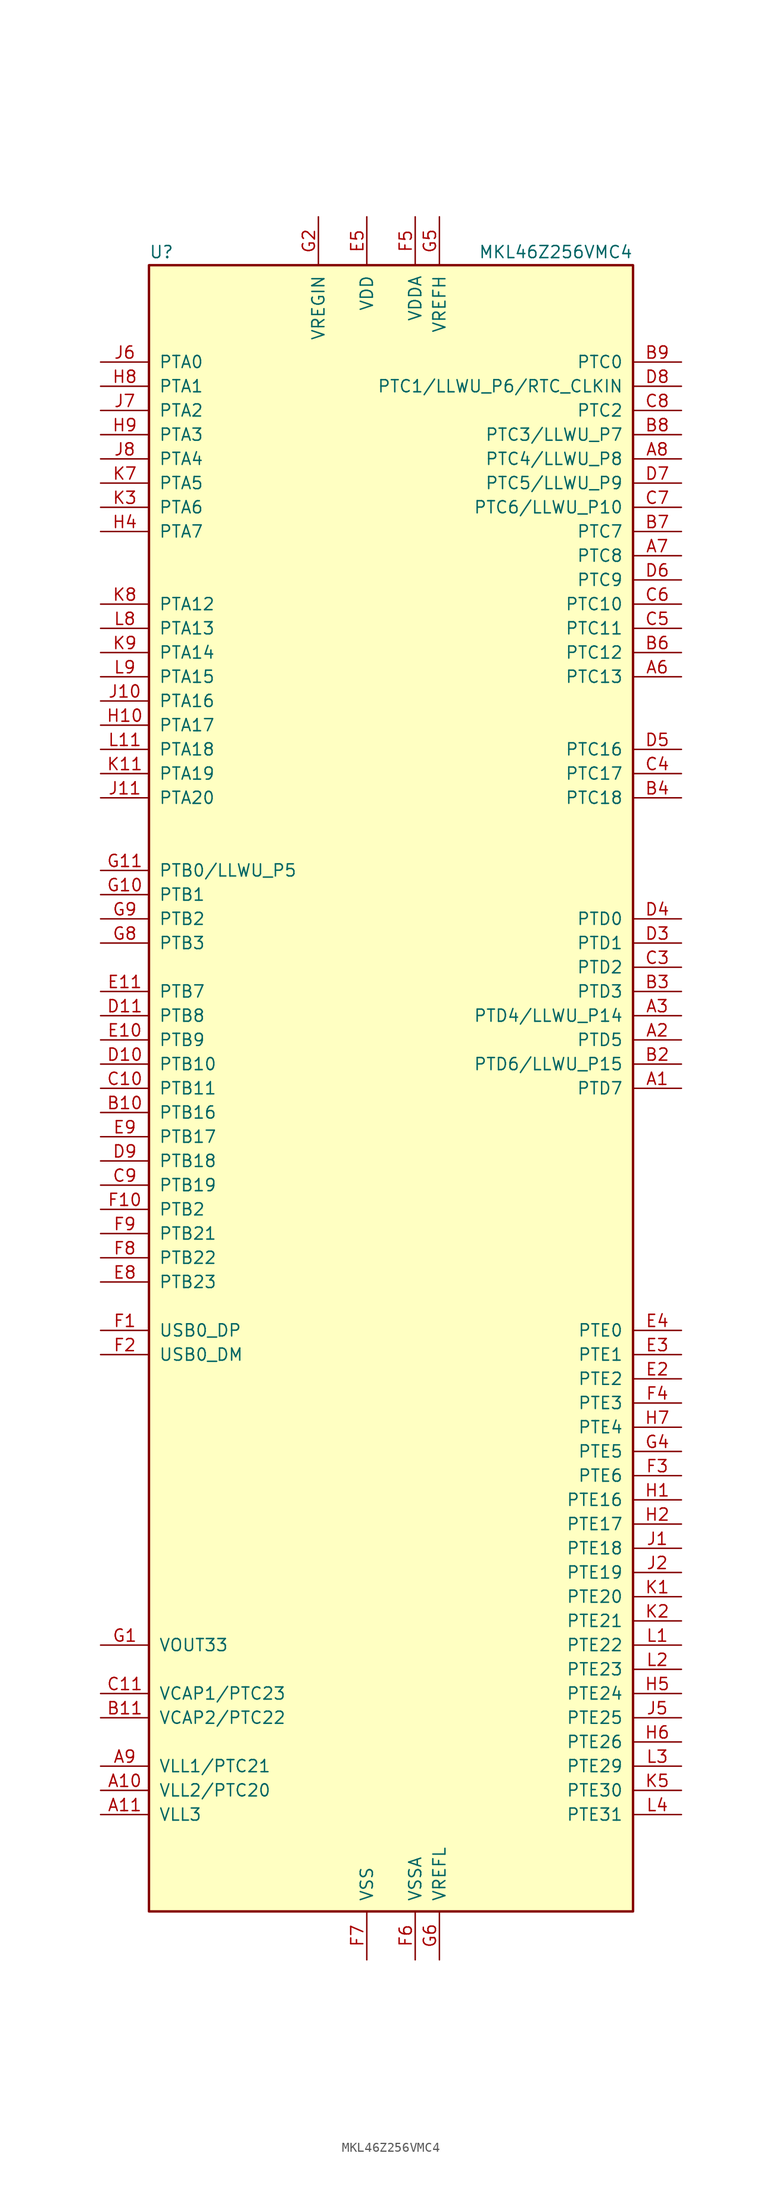
<source format=kicad_sym>
(kicad_symbol_lib
  (version 20200908)
  (generator kicad_symbol_editor)
  (symbol "MCU_NXP_Kinetis:MKL46Z256VMC4"
    (pin_names
      (offset 1.016))
    (property "Reference" "U"
      (at -25.4 86.995 0)
      (effects (font (size 1.27 1.27)) (justify left bottom)))
    (property "Value" "MKL46Z256VMC4"
      (at 25.4 86.995 0)
      (effects (font (size 1.27 1.27)) (justify right bottom)))
    (symbol "MKL46Z256VMC4_0_1"
      (rectangle (start -25.4 86.36) (end 25.4 -86.36) (stroke (width 0.254)) (fill (type background))))
    (symbol "MKL46Z256VMC4_1_1"
      (pin bidirectional line (at 30.48 0 180) (length 5.08) (name "PTD7" (effects (font (size 1.27 1.27)))) (number "A1" (effects (font (size 1.27 1.27)))))
      (pin power_out line (at -30.48 -73.66 0) (length 5.08) (name "VLL2/PTC20" (effects (font (size 1.27 1.27)))) (number "A10" (effects (font (size 1.27 1.27)))))
      (pin power_out line (at -30.48 -76.2 0) (length 5.08) (name "VLL3" (effects (font (size 1.27 1.27)))) (number "A11" (effects (font (size 1.27 1.27)))))
      (pin bidirectional line (at 30.48 5.08 180) (length 5.08) (name "PTD5" (effects (font (size 1.27 1.27)))) (number "A2" (effects (font (size 1.27 1.27)))))
      (pin bidirectional line (at 30.48 7.62 180) (length 5.08) (name "PTD4/LLWU_P14" (effects (font (size 1.27 1.27)))) (number "A3" (effects (font (size 1.27 1.27)))))
      (pin unconnected line (at 25.4 27.94 180) (length 5.08) hide (name "NC" (effects (font (size 1.27 1.27)))) (number "A4" (effects (font (size 1.27 1.27)))))
      (pin unconnected line (at 25.4 40.64 180) (length 5.08) hide (name "NC" (effects (font (size 1.27 1.27)))) (number "A5" (effects (font (size 1.27 1.27)))))
      (pin bidirectional line (at 30.48 43.18 180) (length 5.08) (name "PTC13" (effects (font (size 1.27 1.27)))) (number "A6" (effects (font (size 1.27 1.27)))))
      (pin bidirectional line (at 30.48 55.88 180) (length 5.08) (name "PTC8" (effects (font (size 1.27 1.27)))) (number "A7" (effects (font (size 1.27 1.27)))))
      (pin bidirectional line (at 30.48 66.04 180) (length 5.08) (name "PTC4/LLWU_P8" (effects (font (size 1.27 1.27)))) (number "A8" (effects (font (size 1.27 1.27)))))
      (pin power_out line (at -30.48 -71.12 0) (length 5.08) (name "VLL1/PTC21" (effects (font (size 1.27 1.27)))) (number "A9" (effects (font (size 1.27 1.27)))))
      (pin unconnected line (at 25.4 -7.62 180) (length 5.08) hide (name "NC" (effects (font (size 1.27 1.27)))) (number "B1" (effects (font (size 1.27 1.27)))))
      (pin bidirectional line (at -30.48 -2.54 0) (length 5.08) (name "PTB16" (effects (font (size 1.27 1.27)))) (number "B10" (effects (font (size 1.27 1.27)))))
      (pin passive line (at -30.48 -66.04 0) (length 5.08) (name "VCAP2/PTC22" (effects (font (size 1.27 1.27)))) (number "B11" (effects (font (size 1.27 1.27)))))
      (pin bidirectional line (at 30.48 2.54 180) (length 5.08) (name "PTD6/LLWU_P15" (effects (font (size 1.27 1.27)))) (number "B2" (effects (font (size 1.27 1.27)))))
      (pin bidirectional line (at 30.48 10.16 180) (length 5.08) (name "PTD3" (effects (font (size 1.27 1.27)))) (number "B3" (effects (font (size 1.27 1.27)))))
      (pin bidirectional line (at 30.48 30.48 180) (length 5.08) (name "PTC18" (effects (font (size 1.27 1.27)))) (number "B4" (effects (font (size 1.27 1.27)))))
      (pin unconnected line (at 25.4 38.1 180) (length 5.08) hide (name "NC" (effects (font (size 1.27 1.27)))) (number "B5" (effects (font (size 1.27 1.27)))))
      (pin bidirectional line (at 30.48 45.72 180) (length 5.08) (name "PTC12" (effects (font (size 1.27 1.27)))) (number "B6" (effects (font (size 1.27 1.27)))))
      (pin bidirectional line (at 30.48 58.42 180) (length 5.08) (name "PTC7" (effects (font (size 1.27 1.27)))) (number "B7" (effects (font (size 1.27 1.27)))))
      (pin bidirectional line (at 30.48 68.58 180) (length 5.08) (name "PTC3/LLWU_P7" (effects (font (size 1.27 1.27)))) (number "B8" (effects (font (size 1.27 1.27)))))
      (pin bidirectional line (at 30.48 76.2 180) (length 5.08) (name "PTC0" (effects (font (size 1.27 1.27)))) (number "B9" (effects (font (size 1.27 1.27)))))
      (pin unconnected line (at 25.4 -12.7 180) (length 5.08) hide (name "NC" (effects (font (size 1.27 1.27)))) (number "C1" (effects (font (size 1.27 1.27)))))
      (pin bidirectional line (at -30.48 0 0) (length 5.08) (name "PTB11" (effects (font (size 1.27 1.27)))) (number "C10" (effects (font (size 1.27 1.27)))))
      (pin passive line (at -30.48 -63.5 0) (length 5.08) (name "VCAP1/PTC23" (effects (font (size 1.27 1.27)))) (number "C11" (effects (font (size 1.27 1.27)))))
      (pin unconnected line (at 25.4 -10.16 180) (length 5.08) hide (name "NC" (effects (font (size 1.27 1.27)))) (number "C2" (effects (font (size 1.27 1.27)))))
      (pin bidirectional line (at 30.48 12.7 180) (length 5.08) (name "PTD2" (effects (font (size 1.27 1.27)))) (number "C3" (effects (font (size 1.27 1.27)))))
      (pin bidirectional line (at 30.48 33.02 180) (length 5.08) (name "PTC17" (effects (font (size 1.27 1.27)))) (number "C4" (effects (font (size 1.27 1.27)))))
      (pin bidirectional line (at 30.48 48.26 180) (length 5.08) (name "PTC11" (effects (font (size 1.27 1.27)))) (number "C5" (effects (font (size 1.27 1.27)))))
      (pin bidirectional line (at 30.48 50.8 180) (length 5.08) (name "PTC10" (effects (font (size 1.27 1.27)))) (number "C6" (effects (font (size 1.27 1.27)))))
      (pin bidirectional line (at 30.48 60.96 180) (length 5.08) (name "PTC6/LLWU_P10" (effects (font (size 1.27 1.27)))) (number "C7" (effects (font (size 1.27 1.27)))))
      (pin bidirectional line (at 30.48 71.12 180) (length 5.08) (name "PTC2" (effects (font (size 1.27 1.27)))) (number "C8" (effects (font (size 1.27 1.27)))))
      (pin bidirectional line (at -30.48 -10.16 0) (length 5.08) (name "PTB19" (effects (font (size 1.27 1.27)))) (number "C9" (effects (font (size 1.27 1.27)))))
      (pin unconnected line (at 25.4 -17.78 180) (length 5.08) hide (name "NC" (effects (font (size 1.27 1.27)))) (number "D1" (effects (font (size 1.27 1.27)))))
      (pin bidirectional line (at -30.48 2.54 0) (length 5.08) (name "PTB10" (effects (font (size 1.27 1.27)))) (number "D10" (effects (font (size 1.27 1.27)))))
      (pin bidirectional line (at -30.48 7.62 0) (length 5.08) (name "PTB8" (effects (font (size 1.27 1.27)))) (number "D11" (effects (font (size 1.27 1.27)))))
      (pin unconnected line (at 25.4 -15.24 180) (length 5.08) hide (name "NC" (effects (font (size 1.27 1.27)))) (number "D2" (effects (font (size 1.27 1.27)))))
      (pin bidirectional line (at 30.48 15.24 180) (length 5.08) (name "PTD1" (effects (font (size 1.27 1.27)))) (number "D3" (effects (font (size 1.27 1.27)))))
      (pin bidirectional line (at 30.48 17.78 180) (length 5.08) (name "PTD0" (effects (font (size 1.27 1.27)))) (number "D4" (effects (font (size 1.27 1.27)))))
      (pin bidirectional line (at 30.48 35.56 180) (length 5.08) (name "PTC16" (effects (font (size 1.27 1.27)))) (number "D5" (effects (font (size 1.27 1.27)))))
      (pin bidirectional line (at 30.48 53.34 180) (length 5.08) (name "PTC9" (effects (font (size 1.27 1.27)))) (number "D6" (effects (font (size 1.27 1.27)))))
      (pin bidirectional line (at 30.48 63.5 180) (length 5.08) (name "PTC5/LLWU_P9" (effects (font (size 1.27 1.27)))) (number "D7" (effects (font (size 1.27 1.27)))))
      (pin bidirectional line (at 30.48 73.66 180) (length 5.08) (name "PTC1/LLWU_P6/RTC_CLKIN" (effects (font (size 1.27 1.27)))) (number "D8" (effects (font (size 1.27 1.27)))))
      (pin bidirectional line (at -30.48 -7.62 0) (length 5.08) (name "PTB18" (effects (font (size 1.27 1.27)))) (number "D9" (effects (font (size 1.27 1.27)))))
      (pin unconnected line (at 25.4 -20.32 180) (length 5.08) hide (name "NC" (effects (font (size 1.27 1.27)))) (number "E1" (effects (font (size 1.27 1.27)))))
      (pin bidirectional line (at -30.48 5.08 0) (length 5.08) (name "PTB9" (effects (font (size 1.27 1.27)))) (number "E10" (effects (font (size 1.27 1.27)))))
      (pin bidirectional line (at -30.48 10.16 0) (length 5.08) (name "PTB7" (effects (font (size 1.27 1.27)))) (number "E11" (effects (font (size 1.27 1.27)))))
      (pin bidirectional line (at 30.48 -30.48 180) (length 5.08) (name "PTE2" (effects (font (size 1.27 1.27)))) (number "E2" (effects (font (size 1.27 1.27)))))
      (pin bidirectional line (at 30.48 -27.94 180) (length 5.08) (name "PTE1" (effects (font (size 1.27 1.27)))) (number "E3" (effects (font (size 1.27 1.27)))))
      (pin bidirectional line (at 30.48 -25.4 180) (length 5.08) (name "PTE0" (effects (font (size 1.27 1.27)))) (number "E4" (effects (font (size 1.27 1.27)))))
      (pin power_in line (at -2.54 91.44 270) (length 5.08) (name "VDD" (effects (font (size 1.27 1.27)))) (number "E5" (effects (font (size 1.27 1.27)))))
      (pin passive line (at -2.54 91.44 270) (length 5.08) hide (name "VDD" (effects (font (size 1.27 1.27)))) (number "E6" (effects (font (size 1.27 1.27)))))
      (pin passive line (at -2.54 91.44 270) (length 5.08) hide (name "VDD" (effects (font (size 1.27 1.27)))) (number "E7" (effects (font (size 1.27 1.27)))))
      (pin bidirectional line (at -30.48 -20.32 0) (length 5.08) (name "PTB23" (effects (font (size 1.27 1.27)))) (number "E8" (effects (font (size 1.27 1.27)))))
      (pin bidirectional line (at -30.48 -5.08 0) (length 5.08) (name "PTB17" (effects (font (size 1.27 1.27)))) (number "E9" (effects (font (size 1.27 1.27)))))
      (pin bidirectional line (at -30.48 -25.4 0) (length 5.08) (name "USB0_DP" (effects (font (size 1.27 1.27)))) (number "F1" (effects (font (size 1.27 1.27)))))
      (pin bidirectional line (at -30.48 -12.7 0) (length 5.08) (name "PTB2" (effects (font (size 1.27 1.27)))) (number "F10" (effects (font (size 1.27 1.27)))))
      (pin unconnected line (at -25.4 12.7 0) (length 5.08) hide (name "NC" (effects (font (size 1.27 1.27)))) (number "F11" (effects (font (size 1.27 1.27)))))
      (pin bidirectional line (at -30.48 -27.94 0) (length 5.08) (name "USB0_DM" (effects (font (size 1.27 1.27)))) (number "F2" (effects (font (size 1.27 1.27)))))
      (pin bidirectional line (at 30.48 -40.64 180) (length 5.08) (name "PTE6" (effects (font (size 1.27 1.27)))) (number "F3" (effects (font (size 1.27 1.27)))))
      (pin bidirectional line (at 30.48 -33.02 180) (length 5.08) (name "PTE3" (effects (font (size 1.27 1.27)))) (number "F4" (effects (font (size 1.27 1.27)))))
      (pin power_in line (at 2.54 91.44 270) (length 5.08) (name "VDDA" (effects (font (size 1.27 1.27)))) (number "F5" (effects (font (size 1.27 1.27)))))
      (pin power_in line (at 2.54 -91.44 90) (length 5.08) (name "VSSA" (effects (font (size 1.27 1.27)))) (number "F6" (effects (font (size 1.27 1.27)))))
      (pin power_in line (at -2.54 -91.44 90) (length 5.08) (name "VSS" (effects (font (size 1.27 1.27)))) (number "F7" (effects (font (size 1.27 1.27)))))
      (pin bidirectional line (at -30.48 -17.78 0) (length 5.08) (name "PTB22" (effects (font (size 1.27 1.27)))) (number "F8" (effects (font (size 1.27 1.27)))))
      (pin bidirectional line (at -30.48 -15.24 0) (length 5.08) (name "PTB21" (effects (font (size 1.27 1.27)))) (number "F9" (effects (font (size 1.27 1.27)))))
      (pin power_out line (at -30.48 -58.42 0) (length 5.08) (name "VOUT33" (effects (font (size 1.27 1.27)))) (number "G1" (effects (font (size 1.27 1.27)))))
      (pin bidirectional line (at -30.48 20.32 0) (length 5.08) (name "PTB1" (effects (font (size 1.27 1.27)))) (number "G10" (effects (font (size 1.27 1.27)))))
      (pin bidirectional line (at -30.48 22.86 0) (length 5.08) (name "PTB0/LLWU_P5" (effects (font (size 1.27 1.27)))) (number "G11" (effects (font (size 1.27 1.27)))))
      (pin power_in line (at -7.62 91.44 270) (length 5.08) (name "VREGIN" (effects (font (size 1.27 1.27)))) (number "G2" (effects (font (size 1.27 1.27)))))
      (pin passive line (at -2.54 -91.44 90) (length 5.08) hide (name "VSS" (effects (font (size 1.27 1.27)))) (number "G3" (effects (font (size 1.27 1.27)))))
      (pin bidirectional line (at 30.48 -38.1 180) (length 5.08) (name "PTE5" (effects (font (size 1.27 1.27)))) (number "G4" (effects (font (size 1.27 1.27)))))
      (pin power_in line (at 5.08 91.44 270) (length 5.08) (name "VREFH" (effects (font (size 1.27 1.27)))) (number "G5" (effects (font (size 1.27 1.27)))))
      (pin power_in line (at 5.08 -91.44 90) (length 5.08) (name "VREFL" (effects (font (size 1.27 1.27)))) (number "G6" (effects (font (size 1.27 1.27)))))
      (pin passive line (at -2.54 -91.44 90) (length 5.08) hide (name "VSS" (effects (font (size 1.27 1.27)))) (number "G7" (effects (font (size 1.27 1.27)))))
      (pin bidirectional line (at -30.48 15.24 0) (length 5.08) (name "PTB3" (effects (font (size 1.27 1.27)))) (number "G8" (effects (font (size 1.27 1.27)))))
      (pin bidirectional line (at -30.48 17.78 0) (length 5.08) (name "PTB2" (effects (font (size 1.27 1.27)))) (number "G9" (effects (font (size 1.27 1.27)))))
      (pin bidirectional line (at 30.48 -43.18 180) (length 5.08) (name "PTE16" (effects (font (size 1.27 1.27)))) (number "H1" (effects (font (size 1.27 1.27)))))
      (pin bidirectional line (at -30.48 38.1 0) (length 5.08) (name "PTA17" (effects (font (size 1.27 1.27)))) (number "H10" (effects (font (size 1.27 1.27)))))
      (pin unconnected line (at -25.4 27.94 0) (length 5.08) hide (name "NC" (effects (font (size 1.27 1.27)))) (number "H11" (effects (font (size 1.27 1.27)))))
      (pin bidirectional line (at 30.48 -45.72 180) (length 5.08) (name "PTE17" (effects (font (size 1.27 1.27)))) (number "H2" (effects (font (size 1.27 1.27)))))
      (pin unconnected line (at -25.4 -45.72 0) (length 5.08) hide (name "NC" (effects (font (size 1.27 1.27)))) (number "H3" (effects (font (size 1.27 1.27)))))
      (pin bidirectional line (at -30.48 58.42 0) (length 5.08) (name "PTA7" (effects (font (size 1.27 1.27)))) (number "H4" (effects (font (size 1.27 1.27)))))
      (pin bidirectional line (at 30.48 -63.5 180) (length 5.08) (name "PTE24" (effects (font (size 1.27 1.27)))) (number "H5" (effects (font (size 1.27 1.27)))))
      (pin bidirectional line (at 30.48 -68.58 180) (length 5.08) (name "PTE26" (effects (font (size 1.27 1.27)))) (number "H6" (effects (font (size 1.27 1.27)))))
      (pin bidirectional line (at 30.48 -35.56 180) (length 5.08) (name "PTE4" (effects (font (size 1.27 1.27)))) (number "H7" (effects (font (size 1.27 1.27)))))
      (pin bidirectional line (at -30.48 73.66 0) (length 5.08) (name "PTA1" (effects (font (size 1.27 1.27)))) (number "H8" (effects (font (size 1.27 1.27)))))
      (pin bidirectional line (at -30.48 68.58 0) (length 5.08) (name "PTA3" (effects (font (size 1.27 1.27)))) (number "H9" (effects (font (size 1.27 1.27)))))
      (pin bidirectional line (at 30.48 -48.26 180) (length 5.08) (name "PTE18" (effects (font (size 1.27 1.27)))) (number "J1" (effects (font (size 1.27 1.27)))))
      (pin bidirectional line (at -30.48 40.64 0) (length 5.08) (name "PTA16" (effects (font (size 1.27 1.27)))) (number "J10" (effects (font (size 1.27 1.27)))))
      (pin bidirectional line (at -30.48 30.48 0) (length 5.08) (name "PTA20" (effects (font (size 1.27 1.27)))) (number "J11" (effects (font (size 1.27 1.27)))))
      (pin bidirectional line (at 30.48 -50.8 180) (length 5.08) (name "PTE19" (effects (font (size 1.27 1.27)))) (number "J2" (effects (font (size 1.27 1.27)))))
      (pin unconnected line (at -25.4 -48.26 0) (length 5.08) hide (name "NC" (effects (font (size 1.27 1.27)))) (number "J3" (effects (font (size 1.27 1.27)))))
      (pin unconnected line (at -25.4 53.34 0) (length 5.08) hide (name "NC" (effects (font (size 1.27 1.27)))) (number "J4" (effects (font (size 1.27 1.27)))))
      (pin bidirectional line (at 30.48 -66.04 180) (length 5.08) (name "PTE25" (effects (font (size 1.27 1.27)))) (number "J5" (effects (font (size 1.27 1.27)))))
      (pin bidirectional line (at -30.48 76.2 0) (length 5.08) (name "PTA0" (effects (font (size 1.27 1.27)))) (number "J6" (effects (font (size 1.27 1.27)))))
      (pin bidirectional line (at -30.48 71.12 0) (length 5.08) (name "PTA2" (effects (font (size 1.27 1.27)))) (number "J7" (effects (font (size 1.27 1.27)))))
      (pin bidirectional line (at -30.48 66.04 0) (length 5.08) (name "PTA4" (effects (font (size 1.27 1.27)))) (number "J8" (effects (font (size 1.27 1.27)))))
      (pin unconnected line (at -25.4 55.88 0) (length 5.08) hide (name "NC" (effects (font (size 1.27 1.27)))) (number "J9" (effects (font (size 1.27 1.27)))))
      (pin bidirectional line (at 30.48 -53.34 180) (length 5.08) (name "PTE20" (effects (font (size 1.27 1.27)))) (number "K1" (effects (font (size 1.27 1.27)))))
      (pin passive line (at -2.54 -91.44 90) (length 5.08) hide (name "VSS" (effects (font (size 1.27 1.27)))) (number "K10" (effects (font (size 1.27 1.27)))))
      (pin bidirectional line (at -30.48 33.02 0) (length 5.08) (name "PTA19" (effects (font (size 1.27 1.27)))) (number "K11" (effects (font (size 1.27 1.27)))))
      (pin bidirectional line (at 30.48 -55.88 180) (length 5.08) (name "PTE21" (effects (font (size 1.27 1.27)))) (number "K2" (effects (font (size 1.27 1.27)))))
      (pin bidirectional line (at -30.48 60.96 0) (length 5.08) (name "PTA6" (effects (font (size 1.27 1.27)))) (number "K3" (effects (font (size 1.27 1.27)))))
      (pin unconnected line (at -25.4 -50.8 0) (length 5.08) hide (name "NC" (effects (font (size 1.27 1.27)))) (number "K4" (effects (font (size 1.27 1.27)))))
      (pin bidirectional line (at 30.48 -73.66 180) (length 5.08) (name "PTE30" (effects (font (size 1.27 1.27)))) (number "K5" (effects (font (size 1.27 1.27)))))
      (pin passive line (at -2.54 91.44 270) (length 5.08) hide (name "VDD" (effects (font (size 1.27 1.27)))) (number "K6" (effects (font (size 1.27 1.27)))))
      (pin bidirectional line (at -30.48 63.5 0) (length 5.08) (name "PTA5" (effects (font (size 1.27 1.27)))) (number "K7" (effects (font (size 1.27 1.27)))))
      (pin bidirectional line (at -30.48 50.8 0) (length 5.08) (name "PTA12" (effects (font (size 1.27 1.27)))) (number "K8" (effects (font (size 1.27 1.27)))))
      (pin bidirectional line (at -30.48 45.72 0) (length 5.08) (name "PTA14" (effects (font (size 1.27 1.27)))) (number "K9" (effects (font (size 1.27 1.27)))))
      (pin bidirectional line (at 30.48 -58.42 180) (length 5.08) (name "PTE22" (effects (font (size 1.27 1.27)))) (number "L1" (effects (font (size 1.27 1.27)))))
      (pin passive line (at -2.54 91.44 270) (length 5.08) hide (name "VDD" (effects (font (size 1.27 1.27)))) (number "L10" (effects (font (size 1.27 1.27)))))
      (pin bidirectional line (at -30.48 35.56 0) (length 5.08) (name "PTA18" (effects (font (size 1.27 1.27)))) (number "L11" (effects (font (size 1.27 1.27)))))
      (pin bidirectional line (at 30.48 -60.96 180) (length 5.08) (name "PTE23" (effects (font (size 1.27 1.27)))) (number "L2" (effects (font (size 1.27 1.27)))))
      (pin bidirectional line (at 30.48 -71.12 180) (length 5.08) (name "PTE29" (effects (font (size 1.27 1.27)))) (number "L3" (effects (font (size 1.27 1.27)))))
      (pin bidirectional line (at 30.48 -76.2 180) (length 5.08) (name "PTE31" (effects (font (size 1.27 1.27)))) (number "L4" (effects (font (size 1.27 1.27)))))
      (pin passive line (at -2.54 -91.44 90) (length 5.08) hide (name "VSS" (effects (font (size 1.27 1.27)))) (number "L5" (effects (font (size 1.27 1.27)))))
      (pin passive line (at -2.54 -91.44 90) (length 5.08) hide (name "VSS" (effects (font (size 1.27 1.27)))) (number "L6" (effects (font (size 1.27 1.27)))))
      (pin unconnected line (at -25.4 -53.34 0) (length 5.08) hide (name "NC" (effects (font (size 1.27 1.27)))) (number "L7" (effects (font (size 1.27 1.27)))))
      (pin bidirectional line (at -30.48 48.26 0) (length 5.08) (name "PTA13" (effects (font (size 1.27 1.27)))) (number "L8" (effects (font (size 1.27 1.27)))))
      (pin bidirectional line (at -30.48 43.18 0) (length 5.08) (name "PTA15" (effects (font (size 1.27 1.27)))) (number "L9" (effects (font (size 1.27 1.27))))))))
</source>
